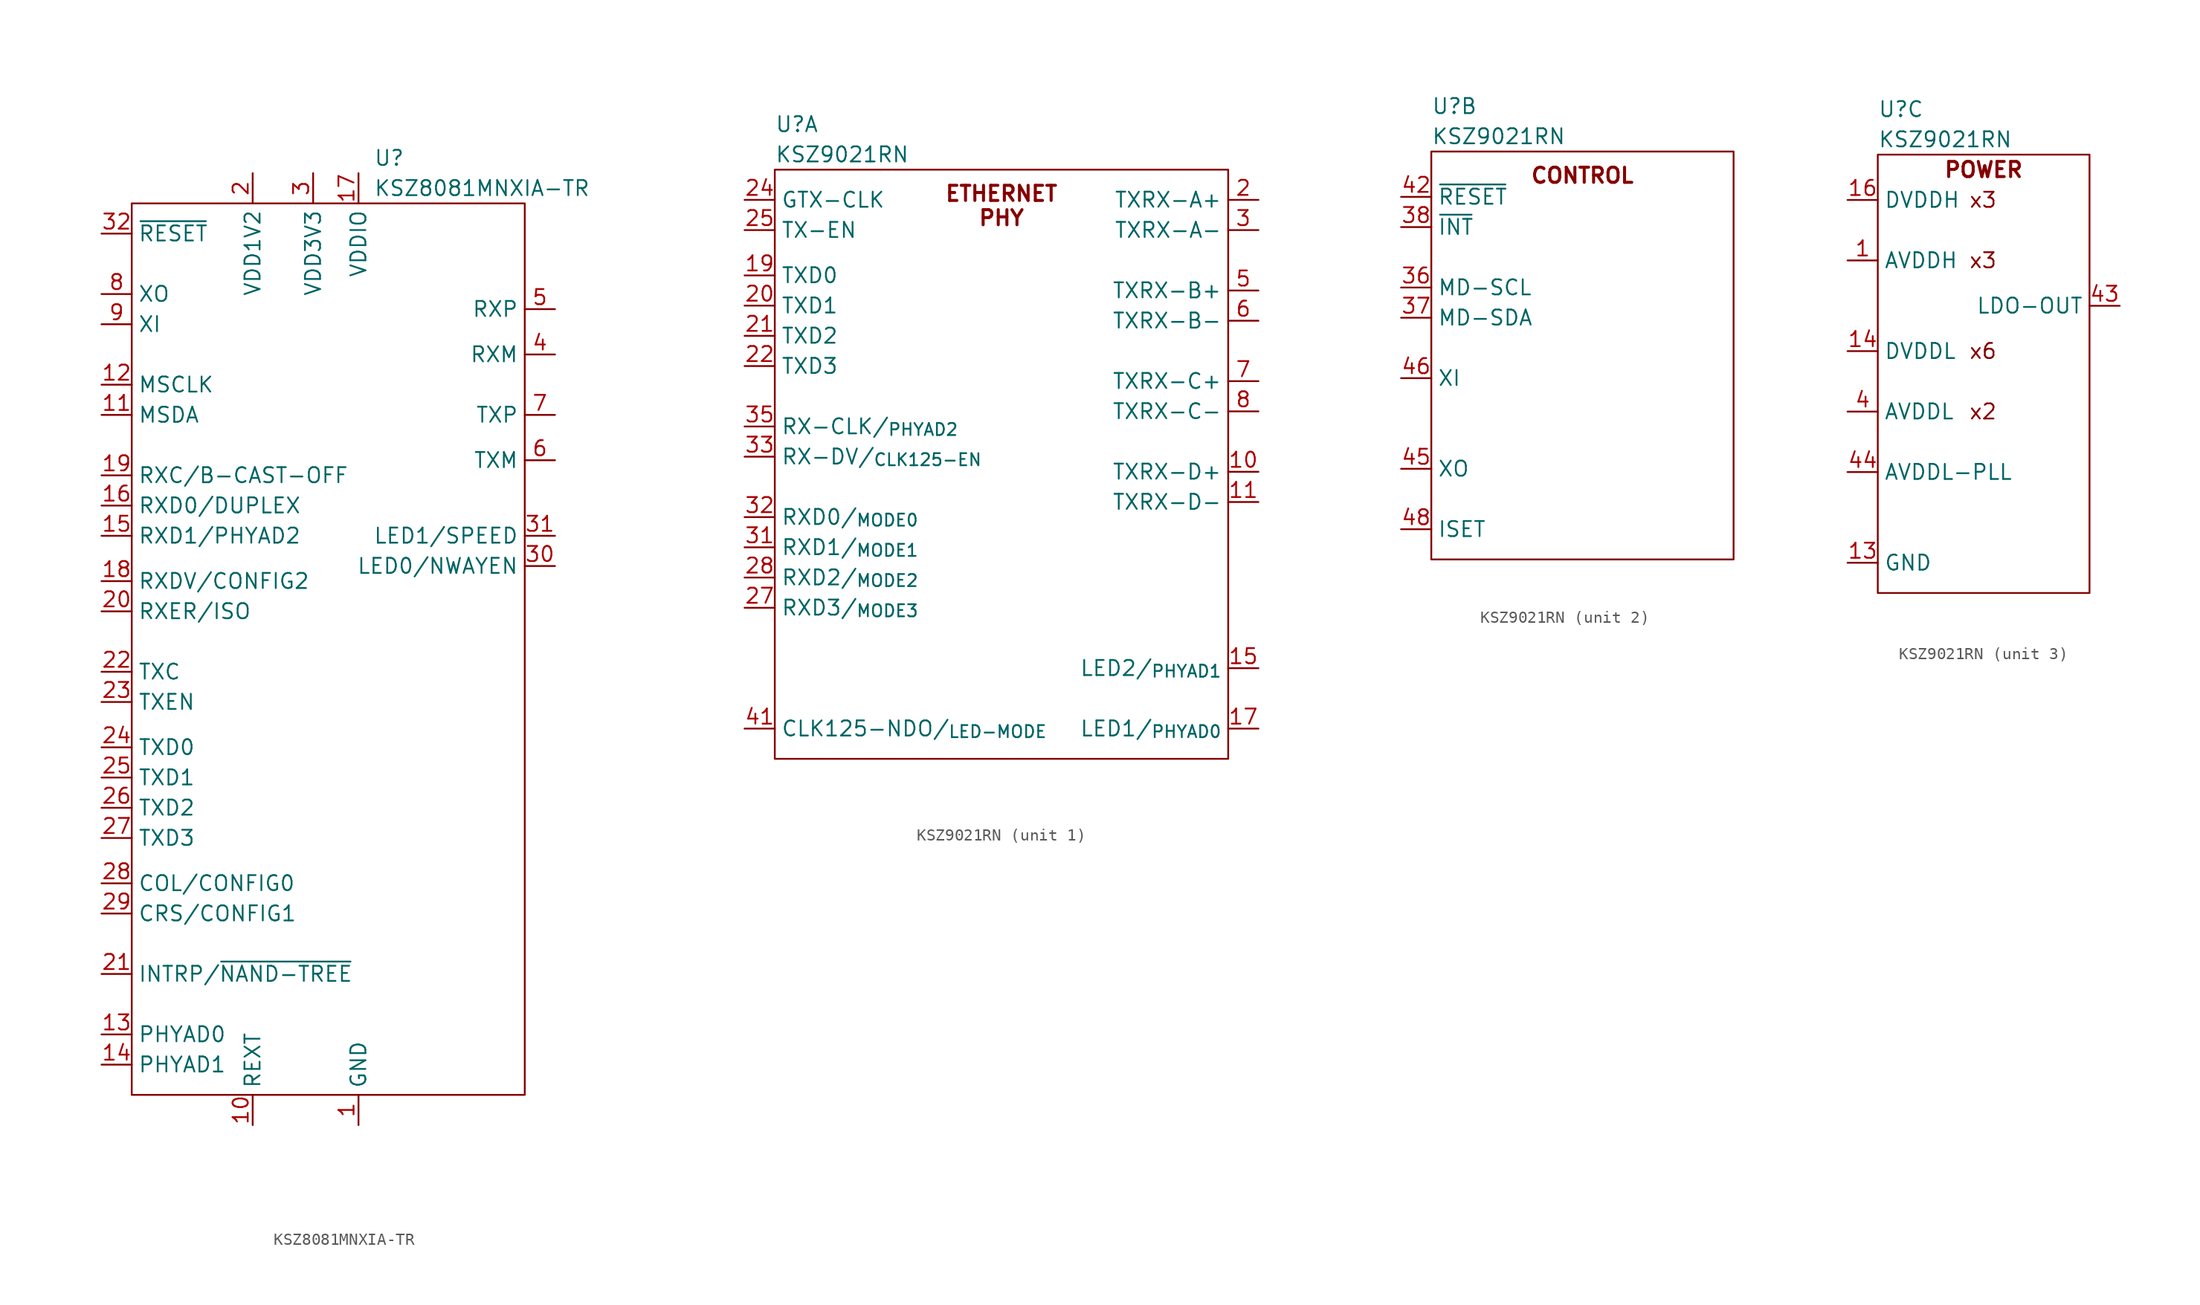
<source format=kicad_sym>
(kicad_symbol_lib
  (version 20231120)
  (generator "kicad_symbol_editor")
  (generator_version "8.0")
  (symbol "KSZ8081MNXIA-TR"
    (property "Reference" "U"
      (at 20.32 3.81 0)
      (effects (font (size 1.27 1.27)) (justify left)))
    (property "Value" "KSZ8081MNXIA-TR"
      (at 20.32 1.27 0)
      (effects (font (size 1.27 1.27)) (justify left)))
    (symbol "KSZ8081MNXIA-TR_0_0"
      (pin power_in line (at 19.05 -77.47 90) (length 2.54) (name "GND" (effects (font (size 1.27 1.27)))) (number "1" (effects (font (size 1.27 1.27)))))
      (pin input line (at 10.16 -77.47 90) (length 2.54) (name "REXT" (effects (font (size 1.27 1.27)))) (number "10" (effects (font (size 1.27 1.27)))))
      (pin bidirectional line (at -2.54 -17.78 0) (length 2.54) (name "MSDA" (effects (font (size 1.27 1.27)))) (number "11" (effects (font (size 1.27 1.27)))))
      (pin input line (at -2.54 -15.24 0) (length 2.54) (name "MSCLK" (effects (font (size 1.27 1.27)))) (number "12" (effects (font (size 1.27 1.27)))))
      (pin input line (at -2.54 -69.85 0) (length 2.54) (name "PHYAD0" (effects (font (size 1.27 1.27)))) (number "13" (effects (font (size 1.27 1.27)))))
      (pin input line (at -2.54 -72.39 0) (length 2.54) (name "PHYAD1" (effects (font (size 1.27 1.27)))) (number "14" (effects (font (size 1.27 1.27)))))
      (pin output line (at -2.54 -27.94 0) (length 2.54) (name "RXD1/PHYAD2" (effects (font (size 1.27 1.27)))) (number "15" (effects (font (size 1.27 1.27)))))
      (pin output line (at -2.54 -25.4 0) (length 2.54) (name "RXD0/DUPLEX" (effects (font (size 1.27 1.27)))) (number "16" (effects (font (size 1.27 1.27)))))
      (pin power_in line (at 19.05 2.54 270) (length 2.54) (name "VDDIO" (effects (font (size 1.27 1.27)))) (number "17" (effects (font (size 1.27 1.27)))))
      (pin output line (at -2.54 -31.75 0) (length 2.54) (name "RXDV/CONFIG2" (effects (font (size 1.27 1.27)))) (number "18" (effects (font (size 1.27 1.27)))))
      (pin output line (at -2.54 -22.86 0) (length 2.54) (name "RXC/B-CAST-OFF" (effects (font (size 1.27 1.27)))) (number "19" (effects (font (size 1.27 1.27)))))
      (pin power_in line (at 10.16 2.54 270) (length 2.54) (name "VDD1V2" (effects (font (size 1.27 1.27)))) (number "2" (effects (font (size 1.27 1.27)))))
      (pin output line (at -2.54 -34.29 0) (length 2.54) (name "RXER/ISO" (effects (font (size 1.27 1.27)))) (number "20" (effects (font (size 1.27 1.27)))))
      (pin output line (at -2.54 -64.77 0) (length 2.54) (name "INTRP/~{NAND-TREE}" (effects (font (size 1.27 1.27)))) (number "21" (effects (font (size 1.27 1.27)))))
      (pin input line (at -2.54 -39.37 0) (length 2.54) (name "TXC" (effects (font (size 1.27 1.27)))) (number "22" (effects (font (size 1.27 1.27)))))
      (pin input line (at -2.54 -41.91 0) (length 2.54) (name "TXEN" (effects (font (size 1.27 1.27)))) (number "23" (effects (font (size 1.27 1.27)))))
      (pin input line (at -2.54 -45.72 0) (length 2.54) (name "TXD0" (effects (font (size 1.27 1.27)))) (number "24" (effects (font (size 1.27 1.27)))))
      (pin input line (at -2.54 -48.26 0) (length 2.54) (name "TXD1" (effects (font (size 1.27 1.27)))) (number "25" (effects (font (size 1.27 1.27)))))
      (pin input line (at -2.54 -50.8 0) (length 2.54) (name "TXD2" (effects (font (size 1.27 1.27)))) (number "26" (effects (font (size 1.27 1.27)))))
      (pin input line (at -2.54 -53.34 0) (length 2.54) (name "TXD3" (effects (font (size 1.27 1.27)))) (number "27" (effects (font (size 1.27 1.27)))))
      (pin output line (at -2.54 -57.15 0) (length 2.54) (name "COL/CONFIG0" (effects (font (size 1.27 1.27)))) (number "28" (effects (font (size 1.27 1.27)))))
      (pin output line (at -2.54 -59.69 0) (length 2.54) (name "CRS/CONFIG1" (effects (font (size 1.27 1.27)))) (number "29" (effects (font (size 1.27 1.27)))))
      (pin power_in line (at 15.24 2.54 270) (length 2.54) (name "VDD3V3" (effects (font (size 1.27 1.27)))) (number "3" (effects (font (size 1.27 1.27)))))
      (pin input line (at 35.56 -30.48 180) (length 2.54) (name "LED0/NWAYEN" (effects (font (size 1.27 1.27)))) (number "30" (effects (font (size 1.27 1.27)))))
      (pin input line (at 35.56 -27.94 180) (length 2.54) (name "LED1/SPEED" (effects (font (size 1.27 1.27)))) (number "31" (effects (font (size 1.27 1.27)))))
      (pin input line (at -2.54 -2.54 0) (length 2.54) (name "~{RESET}" (effects (font (size 1.27 1.27)))) (number "32" (effects (font (size 1.27 1.27)))))
      (pin power_in line (at 19.05 -77.47 90) (length 2.54) hide (name "GND" (effects (font (size 1.27 1.27)))) (number "33" (effects (font (size 1.27 1.27)))))
      (pin output line (at 35.56 -12.7 180) (length 2.54) (name "RXM" (effects (font (size 1.27 1.27)))) (number "4" (effects (font (size 1.27 1.27)))))
      (pin output line (at 35.56 -8.89 180) (length 2.54) (name "RXP" (effects (font (size 1.27 1.27)))) (number "5" (effects (font (size 1.27 1.27)))))
      (pin output line (at 35.56 -21.59 180) (length 2.54) (name "TXM" (effects (font (size 1.27 1.27)))) (number "6" (effects (font (size 1.27 1.27)))))
      (pin output line (at 35.56 -17.78 180) (length 2.54) (name "TXP" (effects (font (size 1.27 1.27)))) (number "7" (effects (font (size 1.27 1.27)))))
      (pin input line (at -2.54 -7.62 0) (length 2.54) (name "XO" (effects (font (size 1.27 1.27)))) (number "8" (effects (font (size 1.27 1.27)))))
      (pin input line (at -2.54 -10.16 0) (length 2.54) (name "XI" (effects (font (size 1.27 1.27)))) (number "9" (effects (font (size 1.27 1.27))))))
    (symbol "KSZ8081MNXIA-TR_0_1"
      (rectangle (start 0 0) (end 33.02 -74.93) (stroke (width 0) (type default)) (fill (type none)))))
  (symbol "KSZ9021RN"
    (property "Reference" "U"
      (at 0 3.81 0)
      (effects (font (size 1.27 1.27)) (justify left)))
    (property "Value" "KSZ9021RN"
      (at 0 1.27 0)
      (effects (font (size 1.27 1.27)) (justify left)))
    (property "ki_locked" ""
      (at 0 0 0)
      (effects (font (size 1.27 1.27))))
    (symbol "KSZ9021RN_1_0"
      (pin bidirectional line (at 40.64 -25.4 180) (length 2.54) (name "TXRX-D+" (effects (font (size 1.27 1.27)))) (number "10" (effects (font (size 1.27 1.27)))))
      (pin bidirectional line (at 40.64 -27.94 180) (length 2.54) (name "TXRX-D-" (effects (font (size 1.27 1.27)))) (number "11" (effects (font (size 1.27 1.27)))))
      (pin bidirectional line (at 40.64 -41.91 180) (length 2.54) (name "LED2/_{PHYAD1}" (effects (font (size 1.27 1.27)))) (number "15" (effects (font (size 1.27 1.27)))))
      (pin bidirectional line (at 40.64 -46.99 180) (length 2.54) (name "LED1/_{PHYAD0}" (effects (font (size 1.27 1.27)))) (number "17" (effects (font (size 1.27 1.27)))))
      (pin input line (at -2.54 -8.89 0) (length 2.54) (name "TXD0" (effects (font (size 1.27 1.27)))) (number "19" (effects (font (size 1.27 1.27)))))
      (pin bidirectional line (at 40.64 -2.54 180) (length 2.54) (name "TXRX-A+" (effects (font (size 1.27 1.27)))) (number "2" (effects (font (size 1.27 1.27)))))
      (pin input line (at -2.54 -11.43 0) (length 2.54) (name "TXD1" (effects (font (size 1.27 1.27)))) (number "20" (effects (font (size 1.27 1.27)))))
      (pin input line (at -2.54 -13.97 0) (length 2.54) (name "TXD2" (effects (font (size 1.27 1.27)))) (number "21" (effects (font (size 1.27 1.27)))))
      (pin input line (at -2.54 -16.51 0) (length 2.54) (name "TXD3" (effects (font (size 1.27 1.27)))) (number "22" (effects (font (size 1.27 1.27)))))
      (pin input line (at -2.54 -2.54 0) (length 2.54) (name "GTX-CLK" (effects (font (size 1.27 1.27)))) (number "24" (effects (font (size 1.27 1.27)))))
      (pin input line (at -2.54 -5.08 0) (length 2.54) (name "TX-EN" (effects (font (size 1.27 1.27)))) (number "25" (effects (font (size 1.27 1.27)))))
      (pin bidirectional line (at -2.54 -36.83 0) (length 2.54) (name "RXD3/_{MODE3}" (effects (font (size 1.27 1.27)))) (number "27" (effects (font (size 1.27 1.27)))))
      (pin bidirectional line (at -2.54 -34.29 0) (length 2.54) (name "RXD2/_{MODE2}" (effects (font (size 1.27 1.27)))) (number "28" (effects (font (size 1.27 1.27)))))
      (pin bidirectional line (at 40.64 -5.08 180) (length 2.54) (name "TXRX-A-" (effects (font (size 1.27 1.27)))) (number "3" (effects (font (size 1.27 1.27)))))
      (pin bidirectional line (at -2.54 -31.75 0) (length 2.54) (name "RXD1/_{MODE1}" (effects (font (size 1.27 1.27)))) (number "31" (effects (font (size 1.27 1.27)))))
      (pin bidirectional line (at -2.54 -29.21 0) (length 2.54) (name "RXD0/_{MODE0}" (effects (font (size 1.27 1.27)))) (number "32" (effects (font (size 1.27 1.27)))))
      (pin bidirectional line (at -2.54 -24.13 0) (length 2.54) (name "RX-DV/_{CLK125-EN}" (effects (font (size 1.27 1.27)))) (number "33" (effects (font (size 1.27 1.27)))))
      (pin bidirectional line (at -2.54 -21.59 0) (length 2.54) (name "RX-CLK/_{PHYAD2}" (effects (font (size 1.27 1.27)))) (number "35" (effects (font (size 1.27 1.27)))))
      (pin bidirectional line (at -2.54 -46.99 0) (length 2.54) (name "CLK125-NDO/_{LED-MODE}" (effects (font (size 1.27 1.27)))) (number "41" (effects (font (size 1.27 1.27)))))
      (pin bidirectional line (at 40.64 -10.16 180) (length 2.54) (name "TXRX-B+" (effects (font (size 1.27 1.27)))) (number "5" (effects (font (size 1.27 1.27)))))
      (pin bidirectional line (at 40.64 -12.7 180) (length 2.54) (name "TXRX-B-" (effects (font (size 1.27 1.27)))) (number "6" (effects (font (size 1.27 1.27)))))
      (pin bidirectional line (at 40.64 -17.78 180) (length 2.54) (name "TXRX-C+" (effects (font (size 1.27 1.27)))) (number "7" (effects (font (size 1.27 1.27)))))
      (pin bidirectional line (at 40.64 -20.32 180) (length 2.54) (name "TXRX-C-" (effects (font (size 1.27 1.27)))) (number "8" (effects (font (size 1.27 1.27))))))
    (symbol "KSZ9021RN_1_1"
      (rectangle (start 0 0) (end 38.1 -49.53) (stroke (width 0) (type default)) (fill (type none)))
      (text "ETHERNET\nPHY" (at 19.05 -1.27 0) (effects (font (size 1.27 1.27) (bold yes)) (justify top))))
    (symbol "KSZ9021RN_2_0"
      (pin input line (at -2.54 -11.43 0) (length 2.54) (name "MD-SCL" (effects (font (size 1.27 1.27)))) (number "36" (effects (font (size 1.27 1.27)))))
      (pin bidirectional line (at -2.54 -13.97 0) (length 2.54) (name "MD-SDA" (effects (font (size 1.27 1.27)))) (number "37" (effects (font (size 1.27 1.27)))))
      (pin input line (at -2.54 -6.35 0) (length 2.54) (name "~{INT}" (effects (font (size 1.27 1.27)))) (number "38" (effects (font (size 1.27 1.27)))))
      (pin input line (at -2.54 -3.81 0) (length 2.54) (name "~{RESET}" (effects (font (size 1.27 1.27)))) (number "42" (effects (font (size 1.27 1.27)))))
      (pin output line (at -2.54 -26.67 0) (length 2.54) (name "XO" (effects (font (size 1.27 1.27)))) (number "45" (effects (font (size 1.27 1.27)))))
      (pin input line (at -2.54 -19.05 0) (length 2.54) (name "XI" (effects (font (size 1.27 1.27)))) (number "46" (effects (font (size 1.27 1.27)))))
      (pin input line (at -2.54 -31.75 0) (length 2.54) (name "ISET" (effects (font (size 1.27 1.27)))) (number "48" (effects (font (size 1.27 1.27))))))
    (symbol "KSZ9021RN_2_1"
      (rectangle (start 0 0) (end 25.4 -34.29) (stroke (width 0) (type default)) (fill (type none)))
      (text "CONTROL" (at 12.7 -1.27 0) (effects (font (size 1.27 1.27) (bold yes)) (justify top))))
    (symbol "KSZ9021RN_3_0"
      (pin power_in line (at -2.54 -8.89 0) (length 2.54) (name "AVDDH" (effects (font (size 1.27 1.27)))) (number "1" (effects (font (size 1.27 1.27)))))
      (pin power_in line (at -2.54 -8.89 0) (length 2.54) hide (name "AVDDH" (effects (font (size 1.27 1.27)))) (number "12" (effects (font (size 1.27 1.27)))))
      (pin power_in line (at -2.54 -34.29 0) (length 2.54) (name "GND" (effects (font (size 1.27 1.27)))) (number "13" (effects (font (size 1.27 1.27)))))
      (pin power_in line (at -2.54 -16.51 0) (length 2.54) (name "DVDDL" (effects (font (size 1.27 1.27)))) (number "14" (effects (font (size 1.27 1.27)))))
      (pin power_in line (at -2.54 -3.81 0) (length 2.54) (name "DVDDH" (effects (font (size 1.27 1.27)))) (number "16" (effects (font (size 1.27 1.27)))))
      (pin power_in line (at -2.54 -16.51 0) (length 2.54) hide (name "DVDDL" (effects (font (size 1.27 1.27)))) (number "18" (effects (font (size 1.27 1.27)))))
      (pin power_in line (at -2.54 -16.51 0) (length 2.54) hide (name "DVDDL" (effects (font (size 1.27 1.27)))) (number "23" (effects (font (size 1.27 1.27)))))
      (pin power_in line (at -2.54 -16.51 0) (length 2.54) hide (name "DVDDL" (effects (font (size 1.27 1.27)))) (number "26" (effects (font (size 1.27 1.27)))))
      (pin power_in line (at -2.54 -34.29 0) (length 2.54) hide (name "GND" (effects (font (size 1.27 1.27)))) (number "29" (effects (font (size 1.27 1.27)))))
      (pin power_in line (at -2.54 -16.51 0) (length 2.54) hide (name "DVDDL" (effects (font (size 1.27 1.27)))) (number "30" (effects (font (size 1.27 1.27)))))
      (pin power_in line (at -2.54 -3.81 0) (length 2.54) hide (name "DVDDH" (effects (font (size 1.27 1.27)))) (number "34" (effects (font (size 1.27 1.27)))))
      (pin power_in line (at -2.54 -16.51 0) (length 2.54) hide (name "DVDDL" (effects (font (size 1.27 1.27)))) (number "39" (effects (font (size 1.27 1.27)))))
      (pin power_in line (at -2.54 -21.59 0) (length 2.54) (name "AVDDL" (effects (font (size 1.27 1.27)))) (number "4" (effects (font (size 1.27 1.27)))))
      (pin power_in line (at -2.54 -3.81 0) (length 2.54) hide (name "DVDDH" (effects (font (size 1.27 1.27)))) (number "40" (effects (font (size 1.27 1.27)))))
      (pin output line (at 20.32 -12.7 180) (length 2.54) (name "LDO-OUT" (effects (font (size 1.27 1.27)))) (number "43" (effects (font (size 1.27 1.27)))))
      (pin power_in line (at -2.54 -26.67 0) (length 2.54) (name "AVDDL-PLL" (effects (font (size 1.27 1.27)))) (number "44" (effects (font (size 1.27 1.27)))))
      (pin power_in line (at -2.54 -8.89 0) (length 2.54) hide (name "AVDDH" (effects (font (size 1.27 1.27)))) (number "47" (effects (font (size 1.27 1.27)))))
      (pin power_in line (at -2.54 -34.29 0) (length 2.54) hide (name "GND" (effects (font (size 1.27 1.27)))) (number "49" (effects (font (size 1.27 1.27)))))
      (pin power_in line (at -2.54 -21.59 0) (length 2.54) hide (name "AVDDL" (effects (font (size 1.27 1.27)))) (number "9" (effects (font (size 1.27 1.27))))))
    (symbol "KSZ9021RN_3_1"
      (rectangle (start 0 0) (end 17.78 -36.83) (stroke (width 0) (type default)) (fill (type none)))
      (text "POWER" (at 8.89 -1.27 0) (effects (font (size 1.27 1.27) (bold yes))))
      (text "x2" (at 7.62 -21.59 0) (effects (font (size 1.27 1.27)) (justify left)))
      (text "x3" (at 7.62 -8.89 0) (effects (font (size 1.27 1.27)) (justify left)))
      (text "x3" (at 7.62 -3.81 0) (effects (font (size 1.27 1.27)) (justify left)))
      (text "x6" (at 7.62 -16.51 0) (effects (font (size 1.27 1.27)) (justify left))))))
</source>
